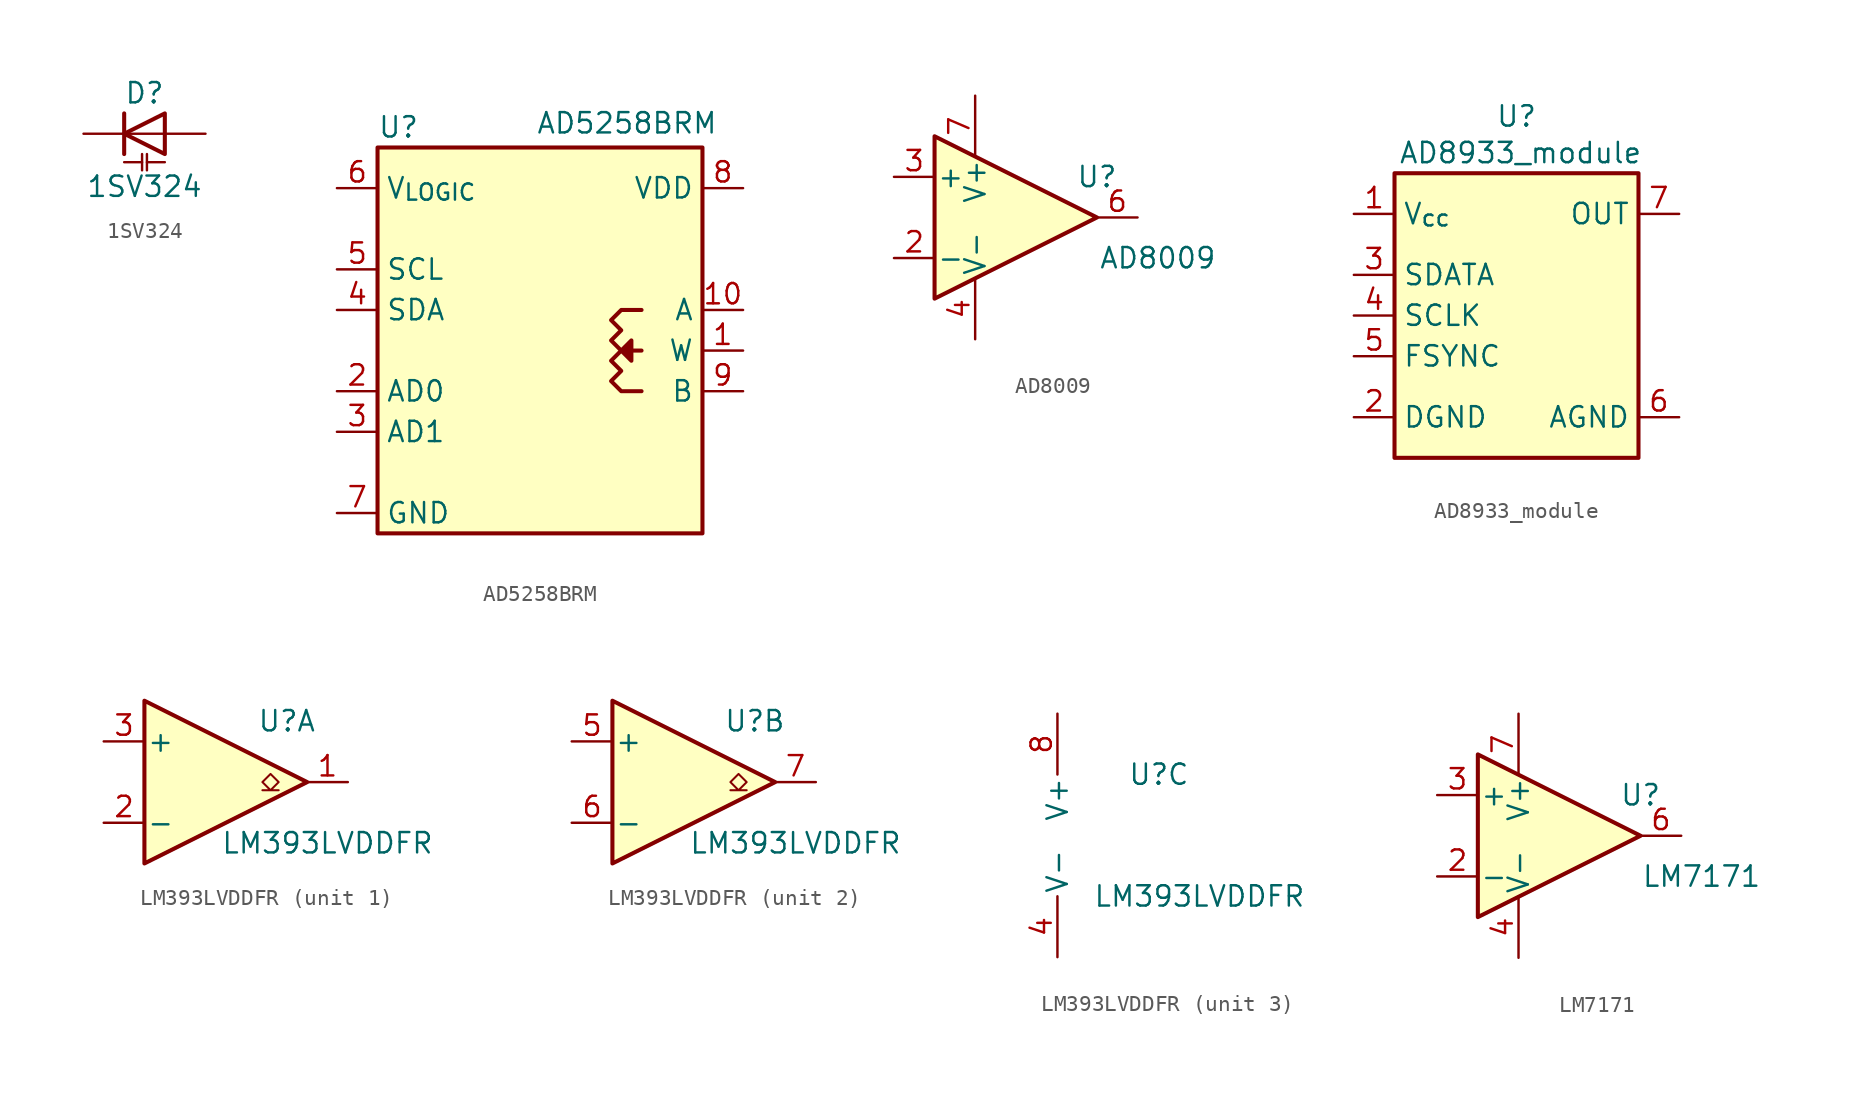
<source format=kicad_sym>
(kicad_symbol_lib
  (version 20231120)
  (generator "kicad_symbol_editor")
  (generator_version "8.0")
  (symbol "1SV324"
    (pin_numbers hide)
    (pin_names
      (offset 1.016) hide)
    (property "Reference" "D"
      (at 0 2.54 0)
      (effects (font (size 1.27 1.27))))
    (property "Value" "1SV324"
      (at 0 -3.302 0)
      (effects (font (size 1.27 1.27))))
    (symbol "1SV324_0_1"
      (polyline (pts (xy -1.27 -1.778) (xy -0.152 -1.778)) (stroke (width 0) (type default)) (fill (type none)))
      (polyline (pts (xy -1.27 0) (xy 1.27 0)) (stroke (width 0) (type default)) (fill (type none)))
      (polyline (pts (xy -1.27 1.27) (xy -1.27 -1.27)) (stroke (width 0.254) (type default)) (fill (type none)))
      (polyline (pts (xy -0.152 -1.27) (xy -0.152 -2.286)) (stroke (width 0) (type default)) (fill (type none)))
      (polyline (pts (xy 0.152 -1.778) (xy 1.27 -1.778)) (stroke (width 0) (type default)) (fill (type none)))
      (polyline (pts (xy 0.152 -1.27) (xy 0.152 -2.286)) (stroke (width 0) (type default)) (fill (type none)))
      (polyline (pts (xy 1.27 1.27) (xy 1.27 -1.27) (xy -1.27 0) (xy 1.27 1.27)) (stroke (width 0.254) (type default)) (fill (type none))))
    (symbol "1SV324_1_1"
      (pin passive line (at -3.81 0 0) (length 2.54) (name "K" (effects (font (size 1.27 1.27)))) (number "1" (effects (font (size 1.27 1.27)))))
      (pin passive line (at 3.81 0 180) (length 2.54) (name "A" (effects (font (size 1.27 1.27)))) (number "2" (effects (font (size 1.27 1.27)))))))
  (symbol "AD5258BRM"
    (property "Reference" "U"
      (at -10.16 11.43 0)
      (effects (font (size 1.27 1.27)) (justify left)))
    (property "Value" "AD5258BRM"
      (at -0.254 11.684 0)
      (effects (font (size 1.27 1.27)) (justify left)))
    (symbol "AD5258BRM_0_1"
      (rectangle (start -10.16 10.16) (end 10.16 -13.97) (stroke (width 0.254) (type default)) (fill (type background)))
      (polyline (pts (xy 6.35 -2.54) (xy 5.715 -2.54) (xy 5.08 -2.54) (xy 5.715 -1.905) (xy 5.715 -3.175) (xy 5.08 -2.54)) (stroke (width 0.254) (type default)) (fill (type outline)))
      (polyline (pts (xy 6.35 0) (xy 5.08 0) (xy 4.445 -0.635) (xy 5.08 -1.27) (xy 4.445 -1.905) (xy 5.08 -2.54) (xy 4.445 -3.175) (xy 5.08 -3.81) (xy 4.445 -4.445) (xy 5.08 -5.08) (xy 6.35 -5.08)) (stroke (width 0.254) (type default)) (fill (type none))))
    (symbol "AD5258BRM_1_1"
      (pin passive line (at 12.7 -2.54 180) (length 2.54) (name "W" (effects (font (size 1.27 1.27)))) (number "1" (effects (font (size 1.27 1.27)))))
      (pin passive line (at 12.7 0 180) (length 2.54) (name "A" (effects (font (size 1.27 1.27)))) (number "10" (effects (font (size 1.27 1.27)))))
      (pin passive line (at -12.7 -5.08 0) (length 2.54) (name "AD0" (effects (font (size 1.27 1.27)))) (number "2" (effects (font (size 1.27 1.27)))))
      (pin passive line (at -12.7 -7.62 0) (length 2.54) (name "AD1" (effects (font (size 1.27 1.27)))) (number "3" (effects (font (size 1.27 1.27)))))
      (pin bidirectional line (at -12.7 0 0) (length 2.54) (name "SDA" (effects (font (size 1.27 1.27)))) (number "4" (effects (font (size 1.27 1.27)))))
      (pin input line (at -12.7 2.54 0) (length 2.54) (name "SCL" (effects (font (size 1.27 1.27)))) (number "5" (effects (font (size 1.27 1.27)))))
      (pin passive line (at -12.7 7.62 0) (length 2.54) (name "V_{LOGIC}" (effects (font (size 1.27 1.27)))) (number "6" (effects (font (size 1.27 1.27)))))
      (pin power_in line (at -12.7 -12.7 0) (length 2.54) (name "GND" (effects (font (size 1.27 1.27)))) (number "7" (effects (font (size 1.27 1.27)))))
      (pin power_in line (at 12.7 7.62 180) (length 2.54) (name "VDD" (effects (font (size 1.27 1.27)))) (number "8" (effects (font (size 1.27 1.27)))))
      (pin passive line (at 12.7 -5.08 180) (length 2.54) (name "B" (effects (font (size 1.27 1.27)))) (number "9" (effects (font (size 1.27 1.27)))))))
  (symbol "AD8009"
    (pin_names
      (offset 0.127))
    (property "Reference" "U"
      (at 7.62 2.54 0)
      (effects (font (size 1.27 1.27))))
    (property "Value" "AD8009"
      (at 11.43 -2.54 0)
      (effects (font (size 1.27 1.27))))
    (symbol "AD8009_0_1"
      (polyline (pts (xy -2.54 5.08) (xy -2.54 -5.08) (xy 7.62 0) (xy -2.54 5.08)) (stroke (width 0.254) (type default)) (fill (type background))))
    (symbol "AD8009_1_1"
      (pin input line (at -5.08 -2.54 0) (length 2.54) (name "-" (effects (font (size 1.27 1.27)))) (number "2" (effects (font (size 1.27 1.27)))))
      (pin input line (at -5.08 2.54 0) (length 2.54) (name "+" (effects (font (size 1.27 1.27)))) (number "3" (effects (font (size 1.27 1.27)))))
      (pin power_in line (at 0 -7.62 90) (length 3.81) (name "V-" (effects (font (size 1.27 1.27)))) (number "4" (effects (font (size 1.27 1.27)))))
      (pin output line (at 10.16 0 180) (length 2.54) (name "~" (effects (font (size 1.27 1.27)))) (number "6" (effects (font (size 1.27 1.27)))))
      (pin power_in line (at 0 7.62 270) (length 3.81) (name "V+" (effects (font (size 1.27 1.27)))) (number "7" (effects (font (size 1.27 1.27)))))))
  (symbol "AD8933_module"
    (property "Reference" "U"
      (at 7.62 3.556 0)
      (effects (font (size 1.27 1.27))))
    (property "Value" "AD8933_module"
      (at 7.874 1.27 0)
      (effects (font (size 1.27 1.27))))
    (symbol "AD8933_module_0_1"
      (rectangle (start 0 0) (end 15.24 -17.78) (stroke (width 0.254) (type default)) (fill (type background))))
    (symbol "AD8933_module_1_1"
      (pin power_in line (at -2.54 -2.54 0) (length 2.54) (name "V_{cc}" (effects (font (size 1.27 1.27)))) (number "1" (effects (font (size 1.27 1.27)))))
      (pin power_in line (at -2.54 -15.24 0) (length 2.54) (name "DGND" (effects (font (size 1.27 1.27)))) (number "2" (effects (font (size 1.27 1.27)))))
      (pin input line (at -2.54 -6.35 0) (length 2.54) (name "SDATA" (effects (font (size 1.27 1.27)))) (number "3" (effects (font (size 1.27 1.27)))))
      (pin input line (at -2.54 -8.89 0) (length 2.54) (name "SCLK" (effects (font (size 1.27 1.27)))) (number "4" (effects (font (size 1.27 1.27)))))
      (pin input line (at -2.54 -11.43 0) (length 2.54) (name "FSYNC" (effects (font (size 1.27 1.27)))) (number "5" (effects (font (size 1.27 1.27)))))
      (pin power_in line (at 17.78 -15.24 180) (length 2.54) (name "AGND" (effects (font (size 1.27 1.27)))) (number "6" (effects (font (size 1.27 1.27)))))
      (pin input line (at 17.78 -2.54 180) (length 2.54) (name "OUT" (effects (font (size 1.27 1.27)))) (number "7" (effects (font (size 1.27 1.27)))))))
  (symbol "LM393LVDDFR"
    (pin_names
      (offset 0.127))
    (property "Reference" "U"
      (at 3.81 3.81 0)
      (effects (font (size 1.27 1.27))))
    (property "Value" "LM393LVDDFR"
      (at 6.35 -3.81 0)
      (effects (font (size 1.27 1.27))))
    (property "ki_locked" ""
      (at 0 0 0)
      (effects (font (size 1.27 1.27))))
    (symbol "LM393LVDDFR_1_1"
      (polyline (pts (xy -5.08 5.08) (xy 5.08 0) (xy -5.08 -5.08) (xy -5.08 5.08)) (stroke (width 0.254) (type default)) (fill (type background)))
      (polyline (pts (xy 3.302 -0.508) (xy 2.794 -0.508) (xy 3.302 0) (xy 2.794 0.508) (xy 2.286 0) (xy 2.794 -0.508) (xy 2.286 -0.508)) (stroke (width 0.127) (type default)) (fill (type none)))
      (pin open_collector line (at 7.62 0 180) (length 2.54) (name "~" (effects (font (size 1.27 1.27)))) (number "1" (effects (font (size 1.27 1.27)))))
      (pin input line (at -7.62 -2.54 0) (length 2.54) (name "-" (effects (font (size 1.27 1.27)))) (number "2" (effects (font (size 1.27 1.27)))))
      (pin input line (at -7.62 2.54 0) (length 2.54) (name "+" (effects (font (size 1.27 1.27)))) (number "3" (effects (font (size 1.27 1.27))))))
    (symbol "LM393LVDDFR_2_1"
      (polyline (pts (xy -5.08 5.08) (xy 5.08 0) (xy -5.08 -5.08) (xy -5.08 5.08)) (stroke (width 0.254) (type default)) (fill (type background)))
      (polyline (pts (xy 3.302 -0.508) (xy 2.794 -0.508) (xy 3.302 0) (xy 2.794 0.508) (xy 2.286 0) (xy 2.794 -0.508) (xy 2.286 -0.508)) (stroke (width 0.127) (type default)) (fill (type none)))
      (pin input line (at -7.62 2.54 0) (length 2.54) (name "+" (effects (font (size 1.27 1.27)))) (number "5" (effects (font (size 1.27 1.27)))))
      (pin input line (at -7.62 -2.54 0) (length 2.54) (name "-" (effects (font (size 1.27 1.27)))) (number "6" (effects (font (size 1.27 1.27)))))
      (pin open_collector line (at 7.62 0 180) (length 2.54) (name "~" (effects (font (size 1.27 1.27)))) (number "7" (effects (font (size 1.27 1.27))))))
    (symbol "LM393LVDDFR_3_1"
      (pin power_in line (at -2.54 -7.62 90) (length 3.81) (name "V-" (effects (font (size 1.27 1.27)))) (number "4" (effects (font (size 1.27 1.27)))))
      (pin power_in line (at -2.54 7.62 270) (length 3.81) (name "V+" (effects (font (size 1.27 1.27)))) (number "8" (effects (font (size 1.27 1.27)))))))
  (symbol "LM7171"
    (pin_names
      (offset 0.127))
    (property "Reference" "U"
      (at 7.62 2.54 0)
      (effects (font (size 1.27 1.27))))
    (property "Value" "LM7171"
      (at 11.43 -2.54 0)
      (effects (font (size 1.27 1.27))))
    (symbol "LM7171_0_1"
      (polyline (pts (xy -2.54 5.08) (xy -2.54 -5.08) (xy 7.62 0) (xy -2.54 5.08)) (stroke (width 0.254) (type default)) (fill (type background))))
    (symbol "LM7171_1_1"
      (pin input line (at -5.08 -2.54 0) (length 2.54) (name "-" (effects (font (size 1.27 1.27)))) (number "2" (effects (font (size 1.27 1.27)))))
      (pin input line (at -5.08 2.54 0) (length 2.54) (name "+" (effects (font (size 1.27 1.27)))) (number "3" (effects (font (size 1.27 1.27)))))
      (pin power_in line (at 0 -7.62 90) (length 3.81) (name "V-" (effects (font (size 1.27 1.27)))) (number "4" (effects (font (size 1.27 1.27)))))
      (pin output line (at 10.16 0 180) (length 2.54) (name "~" (effects (font (size 1.27 1.27)))) (number "6" (effects (font (size 1.27 1.27)))))
      (pin power_in line (at 0 7.62 270) (length 3.81) (name "V+" (effects (font (size 1.27 1.27)))) (number "7" (effects (font (size 1.27 1.27))))))))
</source>
